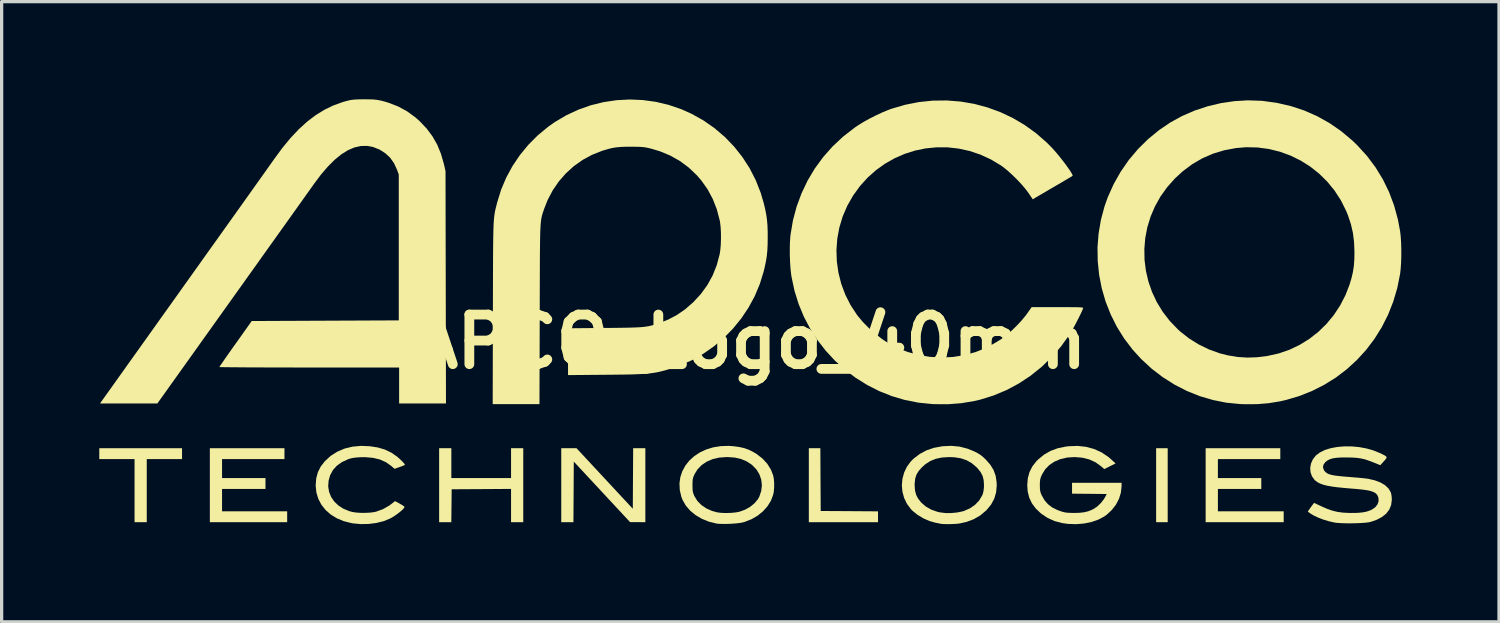
<source format=kicad_pcb>
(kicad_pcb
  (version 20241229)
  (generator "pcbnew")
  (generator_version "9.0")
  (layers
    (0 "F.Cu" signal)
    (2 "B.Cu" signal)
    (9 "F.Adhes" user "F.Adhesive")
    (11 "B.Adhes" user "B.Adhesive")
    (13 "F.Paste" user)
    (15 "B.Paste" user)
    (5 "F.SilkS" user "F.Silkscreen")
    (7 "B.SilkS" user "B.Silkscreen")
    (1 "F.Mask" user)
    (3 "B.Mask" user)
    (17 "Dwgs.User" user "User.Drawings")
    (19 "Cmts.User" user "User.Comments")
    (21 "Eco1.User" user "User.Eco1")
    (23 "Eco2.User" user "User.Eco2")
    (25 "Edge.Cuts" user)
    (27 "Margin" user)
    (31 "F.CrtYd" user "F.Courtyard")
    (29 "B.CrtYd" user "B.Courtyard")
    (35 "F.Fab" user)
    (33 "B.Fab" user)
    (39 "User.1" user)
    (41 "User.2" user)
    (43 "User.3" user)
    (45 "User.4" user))
  (footprint "APCO_Logo_40mm"
    (layer "F.Cu")
    (at 20.003 7.447)
    (property "Reference" "APCO_Logo_40mm" (at 0 0 0) (layer "F.SilkS") (effects (font (size 1.524 1.524) (thickness 0.3))))
    (attr board_only exclude_from_pos_files exclude_from_bom)
    (fp_poly (pts (xy 12.815 5.543) (xy 12.46 5.543) (xy 12.46 3.271) (xy 12.815 3.271)) (stroke (width 0) (type solid)) (fill yes) (layer "F.SilkS"))
    (fp_poly (pts (xy -17.461 3.605) (xy -18.545 3.605) (xy -18.545 5.543) (xy -18.92 5.543) (xy -18.92 3.605) (xy -20.003 3.605) (xy -20.003 3.271) (xy -17.461 3.271)) (stroke (width 0) (type solid)) (fill yes) (layer "F.SilkS"))
    (fp_poly (pts (xy 2.151 4.235) (xy 2.157 5.199) (xy 3.037 5.204) (xy 3.917 5.21) (xy 3.917 5.543) (xy 1.792 5.543) (xy 1.792 3.271) (xy 2.146 3.271)) (stroke (width 0) (type solid)) (fill yes) (layer "F.SilkS"))
    (fp_poly (pts (xy -14.315 3.605) (xy -16.232 3.605) (xy -16.232 4.188) (xy -14.898 4.188) (xy -14.898 4.522) (xy -16.232 4.522) (xy -16.232 5.209) (xy -14.232 5.209) (xy -14.232 5.543) (xy -16.607 5.543) (xy -16.607 3.271) (xy -14.315 3.271)) (stroke (width 0) (type solid)) (fill yes) (layer "F.SilkS"))
    (fp_poly (pts (xy 16.274 3.605) (xy 14.357 3.605) (xy 14.357 4.188) (xy 15.69 4.188) (xy 15.69 4.522) (xy 14.357 4.522) (xy 14.357 5.209) (xy 16.378 5.209) (xy 16.378 5.543) (xy 13.981 5.543) (xy 13.981 3.271) (xy 16.274 3.271)) (stroke (width 0) (type solid)) (fill yes) (layer "F.SilkS"))
    (fp_poly (pts (xy -3.615 5.131) (xy -3.61 4.201) (xy -3.604 3.271) (xy -3.23 3.271) (xy -3.23 5.543) (xy -3.464 5.542) (xy -3.699 5.542) (xy -5.428 3.682) (xy -5.433 4.612) (xy -5.439 5.543) (xy -5.813 5.543) (xy -5.813 3.271) (xy -5.344 3.271)) (stroke (width 0) (type solid)) (fill yes) (layer "F.SilkS"))
    (fp_poly (pts (xy -9.189 4.188) (xy -7.355 4.188) (xy -7.355 3.271) (xy -6.98 3.271) (xy -6.98 5.543) (xy -7.355 5.543) (xy -7.355 4.521) (xy -8.267 4.527) (xy -9.179 4.532) (xy -9.184 5.037) (xy -9.19 5.543) (xy -9.564 5.543) (xy -9.564 3.271) (xy -9.189 3.271)) (stroke (width 0) (type solid)) (fill yes) (layer "F.SilkS"))
    (fp_poly (pts (xy -11.694 3.21) (xy -11.448 3.248) (xy -11.229 3.313) (xy -11.032 3.407) (xy -10.852 3.532) (xy -10.754 3.619) (xy -10.675 3.698) (xy -10.629 3.752) (xy -10.617 3.782) (xy -10.62 3.787) (xy -10.651 3.801) (xy -10.709 3.824) (xy -10.782 3.851) (xy -10.79 3.853) (xy -10.935 3.904) (xy -11.035 3.816) (xy -11.197 3.701) (xy -11.384 3.617) (xy -11.598 3.566) (xy -11.839 3.546) (xy -11.968 3.547) (xy -12.095 3.555) (xy -12.192 3.566) (xy -12.273 3.582) (xy -12.351 3.606) (xy -12.364 3.611) (xy -12.553 3.699) (xy -12.707 3.81) (xy -12.827 3.943) (xy -12.912 4.1) (xy -12.959 4.266) (xy -12.972 4.442) (xy -12.945 4.61) (xy -12.883 4.766) (xy -12.787 4.907) (xy -12.66 5.029) (xy -12.506 5.129) (xy -12.327 5.203) (xy -12.221 5.231) (xy -12.107 5.248) (xy -11.97 5.256) (xy -11.824 5.256) (xy -11.682 5.249) (xy -11.559 5.233) (xy -11.504 5.221) (xy -11.294 5.145) (xy -11.098 5.034) (xy -11.027 4.981) (xy -10.919 4.896) (xy -10.773 4.974) (xy -10.705 5.014) (xy -10.653 5.048) (xy -10.628 5.071) (xy -10.627 5.075) (xy -10.643 5.108) (xy -10.688 5.158) (xy -10.755 5.217) (xy -10.836 5.281) (xy -10.925 5.344) (xy -11.015 5.4) (xy -11.075 5.433) (xy -11.27 5.512) (xy -11.492 5.567) (xy -11.728 5.597) (xy -11.97 5.602) (xy -12.208 5.58) (xy -12.255 5.572) (xy -12.492 5.512) (xy -12.705 5.424) (xy -12.892 5.309) (xy -13.051 5.17) (xy -13.179 5.009) (xy -13.274 4.83) (xy -13.334 4.635) (xy -13.356 4.425) (xy -13.356 4.408) (xy -13.339 4.196) (xy -13.288 4.006) (xy -13.201 3.833) (xy -13.075 3.671) (xy -13.072 3.668) (xy -12.894 3.505) (xy -12.692 3.377) (xy -12.469 3.282) (xy -12.225 3.223) (xy -11.963 3.199)) (stroke (width 0) (type solid)) (fill yes) (layer "F.SilkS"))
    (fp_poly (pts (xy 10.31 3.229) (xy 10.555 3.295) (xy 10.784 3.399) (xy 10.994 3.54) (xy 11.079 3.614) (xy 11.215 3.738) (xy 11.041 3.825) (xy 10.867 3.912) (xy 10.764 3.822) (xy 10.595 3.701) (xy 10.402 3.614) (xy 10.187 3.561) (xy 9.951 3.543) (xy 9.948 3.543) (xy 9.723 3.558) (xy 9.518 3.606) (xy 9.336 3.683) (xy 9.179 3.788) (xy 9.051 3.92) (xy 8.955 4.077) (xy 8.954 4.079) (xy 8.921 4.153) (xy 8.902 4.216) (xy 8.892 4.282) (xy 8.888 4.368) (xy 8.888 4.407) (xy 8.89 4.507) (xy 8.898 4.581) (xy 8.915 4.645) (xy 8.943 4.713) (xy 8.945 4.716) (xy 9.03 4.867) (xy 9.135 4.989) (xy 9.266 5.089) (xy 9.429 5.17) (xy 9.514 5.201) (xy 9.592 5.226) (xy 9.66 5.243) (xy 9.733 5.252) (xy 9.822 5.257) (xy 9.939 5.259) (xy 10.109 5.254) (xy 10.249 5.238) (xy 10.371 5.209) (xy 10.486 5.163) (xy 10.546 5.132) (xy 10.655 5.058) (xy 10.761 4.956) (xy 10.85 4.843) (xy 10.887 4.782) (xy 10.942 4.678) (xy 10.409 4.672) (xy 9.877 4.667) (xy 9.877 4.334) (xy 11.398 4.334) (xy 11.398 4.444) (xy 11.377 4.637) (xy 11.319 4.826) (xy 11.225 5.005) (xy 11.099 5.168) (xy 10.945 5.311) (xy 10.858 5.373) (xy 10.678 5.467) (xy 10.471 5.538) (xy 10.244 5.584) (xy 10.004 5.604) (xy 9.761 5.596) (xy 9.578 5.572) (xy 9.341 5.509) (xy 9.122 5.41) (xy 8.925 5.277) (xy 8.765 5.125) (xy 8.645 4.965) (xy 8.563 4.792) (xy 8.515 4.602) (xy 8.501 4.407) (xy 8.518 4.195) (xy 8.569 4.006) (xy 8.656 3.833) (xy 8.781 3.672) (xy 8.843 3.61) (xy 9.021 3.465) (xy 9.218 3.353) (xy 9.437 3.272) (xy 9.683 3.221) (xy 9.774 3.21) (xy 10.049 3.2)) (stroke (width 0) (type solid)) (fill yes) (layer "F.SilkS"))
    (fp_poly (pts (xy -0.529 3.209) (xy -0.348 3.233) (xy -0.195 3.267) (xy -0.058 3.316) (xy 0.078 3.383) (xy 0.188 3.449) (xy 0.368 3.588) (xy 0.516 3.749) (xy 0.628 3.93) (xy 0.696 4.103) (xy 0.717 4.213) (xy 0.727 4.347) (xy 0.726 4.488) (xy 0.713 4.621) (xy 0.697 4.698) (xy 0.629 4.881) (xy 0.524 5.051) (xy 0.387 5.206) (xy 0.223 5.34) (xy 0.035 5.45) (xy -0.17 5.531) (xy -0.25 5.553) (xy -0.334 5.568) (xy -0.446 5.581) (xy -0.576 5.59) (xy -0.711 5.596) (xy -0.841 5.597) (xy -0.953 5.594) (xy -1.037 5.587) (xy -1.045 5.585) (xy -1.281 5.526) (xy -1.496 5.438) (xy -1.688 5.325) (xy -1.852 5.19) (xy -1.986 5.035) (xy -2.085 4.863) (xy -2.123 4.767) (xy -2.172 4.557) (xy -2.179 4.407) (xy -1.782 4.407) (xy -1.78 4.509) (xy -1.775 4.583) (xy -1.762 4.642) (xy -1.741 4.702) (xy -1.722 4.745) (xy -1.633 4.889) (xy -1.51 5.015) (xy -1.358 5.119) (xy -1.183 5.197) (xy -1.016 5.242) (xy -0.892 5.257) (xy -0.746 5.262) (xy -0.594 5.257) (xy -0.451 5.243) (xy -0.336 5.221) (xy -0.164 5.158) (xy -0.009 5.07) (xy 0.124 4.961) (xy 0.227 4.837) (xy 0.27 4.761) (xy 0.329 4.587) (xy 0.35 4.412) (xy 0.331 4.24) (xy 0.275 4.076) (xy 0.184 3.925) (xy 0.057 3.794) (xy 0.018 3.762) (xy -0.134 3.666) (xy -0.299 3.599) (xy -0.483 3.558) (xy -0.694 3.543) (xy -0.737 3.543) (xy -0.962 3.559) (xy -1.166 3.607) (xy -1.347 3.685) (xy -1.502 3.79) (xy -1.629 3.923) (xy -1.714 4.061) (xy -1.745 4.128) (xy -1.765 4.184) (xy -1.776 4.241) (xy -1.781 4.315) (xy -1.782 4.407) (xy -2.179 4.407) (xy -2.182 4.354) (xy -2.155 4.159) (xy -2.094 3.976) (xy -2.001 3.806) (xy -1.88 3.652) (xy -1.731 3.517) (xy -1.558 3.402) (xy -1.363 3.311) (xy -1.149 3.245) (xy -0.917 3.207) (xy -0.671 3.199)) (stroke (width 0) (type solid)) (fill yes) (layer "F.SilkS"))
    (fp_poly (pts (xy 6.423 3.222) (xy 6.667 3.285) (xy 6.873 3.369) (xy 6.981 3.424) (xy 7.068 3.48) (xy 7.151 3.547) (xy 7.23 3.622) (xy 7.368 3.78) (xy 7.467 3.943) (xy 7.531 4.119) (xy 7.56 4.314) (xy 7.564 4.414) (xy 7.545 4.625) (xy 7.488 4.819) (xy 7.392 4.999) (xy 7.257 5.165) (xy 7.242 5.18) (xy 7.063 5.332) (xy 6.861 5.45) (xy 6.636 5.535) (xy 6.418 5.583) (xy 6.34 5.592) (xy 6.239 5.598) (xy 6.128 5.602) (xy 6.019 5.602) (xy 5.924 5.6) (xy 5.855 5.594) (xy 5.845 5.592) (xy 5.801 5.583) (xy 5.735 5.57) (xy 5.688 5.561) (xy 5.496 5.507) (xy 5.306 5.423) (xy 5.129 5.316) (xy 4.976 5.192) (xy 4.926 5.141) (xy 4.805 4.977) (xy 4.718 4.797) (xy 4.667 4.606) (xy 4.649 4.409) (xy 4.65 4.407) (xy 5.042 4.407) (xy 5.053 4.565) (xy 5.086 4.697) (xy 5.146 4.816) (xy 5.239 4.933) (xy 5.244 4.939) (xy 5.385 5.062) (xy 5.554 5.158) (xy 5.744 5.225) (xy 5.815 5.241) (xy 5.987 5.262) (xy 6.173 5.262) (xy 6.357 5.244) (xy 6.522 5.209) (xy 6.558 5.198) (xy 6.741 5.118) (xy 6.897 5.01) (xy 7.023 4.878) (xy 7.115 4.725) (xy 7.138 4.667) (xy 7.158 4.584) (xy 7.17 4.476) (xy 7.172 4.407) (xy 7.162 4.251) (xy 7.129 4.12) (xy 7.066 4.001) (xy 6.971 3.884) (xy 6.941 3.853) (xy 6.796 3.73) (xy 6.637 3.64) (xy 6.461 3.58) (xy 6.26 3.549) (xy 6.105 3.543) (xy 5.885 3.556) (xy 5.692 3.596) (xy 5.522 3.665) (xy 5.368 3.765) (xy 5.27 3.853) (xy 5.169 3.966) (xy 5.101 4.076) (xy 5.061 4.194) (xy 5.044 4.334) (xy 5.042 4.407) (xy 4.65 4.407) (xy 4.667 4.213) (xy 4.718 4.023) (xy 4.802 3.844) (xy 4.92 3.681) (xy 5.012 3.589) (xy 5.202 3.445) (xy 5.407 3.336) (xy 5.633 3.259) (xy 5.883 3.213) (xy 5.902 3.21) (xy 6.17 3.198)) (stroke (width 0) (type solid)) (fill yes) (layer "F.SilkS"))
    (fp_poly (pts (xy -11.72 -7.446) (xy -11.594 -7.442) (xy -11.484 -7.431) (xy -11.38 -7.413) (xy -11.27 -7.386) (xy -11.141 -7.348) (xy -11.116 -7.34) (xy -10.823 -7.227) (xy -10.549 -7.078) (xy -10.293 -6.891) (xy -10.154 -6.767) (xy -9.942 -6.542) (xy -9.766 -6.305) (xy -9.622 -6.051) (xy -9.508 -5.773) (xy -9.42 -5.467) (xy -9.414 -5.443) (xy -9.368 -5.24) (xy -9.361 -1.672) (xy -9.354 1.896) (xy -10.793 1.896) (xy -10.793 0.792) (xy -13.554 0.792) (xy -13.89 0.792) (xy -14.214 0.791) (xy -14.523 0.791) (xy -14.817 0.79) (xy -15.091 0.789) (xy -15.344 0.788) (xy -15.573 0.787) (xy -15.776 0.785) (xy -15.95 0.784) (xy -16.093 0.782) (xy -16.202 0.781) (xy -16.276 0.779) (xy -16.311 0.777) (xy -16.314 0.776) (xy -16.302 0.756) (xy -16.269 0.706) (xy -16.216 0.63) (xy -16.147 0.53) (xy -16.064 0.411) (xy -15.969 0.276) (xy -15.865 0.129) (xy -15.817 0.063) (xy -15.321 -0.636) (xy -10.804 -0.656) (xy -10.804 -5.136) (xy -10.858 -5.284) (xy -10.949 -5.482) (xy -11.066 -5.649) (xy -11.213 -5.787) (xy -11.39 -5.9) (xy -11.403 -5.906) (xy -11.591 -5.981) (xy -11.781 -6.016) (xy -11.974 -6.012) (xy -12.169 -5.967) (xy -12.367 -5.882) (xy -12.568 -5.756) (xy -12.772 -5.59) (xy -12.98 -5.383) (xy -13.193 -5.135) (xy -13.41 -4.845) (xy -13.42 -4.831) (xy -13.447 -4.792) (xy -13.498 -4.721) (xy -13.57 -4.62) (xy -13.663 -4.49) (xy -13.774 -4.333) (xy -13.904 -4.151) (xy -14.05 -3.946) (xy -14.211 -3.72) (xy -14.387 -3.474) (xy -14.575 -3.21) (xy -14.775 -2.93) (xy -14.985 -2.636) (xy -15.203 -2.329) (xy -15.43 -2.012) (xy -15.662 -1.686) (xy -15.895 -1.36) (xy -18.219 1.896) (xy -19.981 1.896) (xy -19.413 1.099) (xy -19.337 0.992) (xy -19.238 0.854) (xy -19.119 0.686) (xy -18.98 0.492) (xy -18.825 0.275) (xy -18.654 0.035) (xy -18.47 -0.223) (xy -18.274 -0.498) (xy -18.068 -0.787) (xy -17.853 -1.088) (xy -17.632 -1.398) (xy -17.407 -1.714) (xy -17.178 -2.035) (xy -16.948 -2.357) (xy -16.824 -2.532) (xy -16.602 -2.843) (xy -16.384 -3.148) (xy -16.173 -3.444) (xy -15.97 -3.729) (xy -15.776 -4.001) (xy -15.592 -4.259) (xy -15.42 -4.5) (xy -15.262 -4.723) (xy -15.118 -4.925) (xy -14.99 -5.105) (xy -14.879 -5.261) (xy -14.788 -5.39) (xy -14.716 -5.491) (xy -14.666 -5.561) (xy -14.641 -5.597) (xy -14.386 -5.945) (xy -14.133 -6.253) (xy -13.879 -6.523) (xy -13.623 -6.757) (xy -13.362 -6.956) (xy -13.095 -7.121) (xy -12.819 -7.256) (xy -12.532 -7.36) (xy -12.419 -7.392) (xy -12.336 -7.413) (xy -12.261 -7.428) (xy -12.183 -7.437) (xy -12.092 -7.443) (xy -11.977 -7.446) (xy -11.877 -7.447)) (stroke (width 0) (type solid)) (fill yes) (layer "F.SilkS"))
    (fp_poly (pts (xy 18.464 3.215) (xy 18.69 3.236) (xy 18.912 3.276) (xy 19.126 3.336) (xy 19.325 3.416) (xy 19.326 3.416) (xy 19.428 3.465) (xy 19.495 3.501) (xy 19.531 3.531) (xy 19.538 3.56) (xy 19.521 3.595) (xy 19.482 3.642) (xy 19.454 3.673) (xy 19.346 3.792) (xy 19.166 3.719) (xy 19.013 3.66) (xy 18.882 3.616) (xy 18.76 3.587) (xy 18.634 3.568) (xy 18.491 3.558) (xy 18.32 3.555) (xy 18.316 3.555) (xy 18.14 3.556) (xy 17.999 3.565) (xy 17.887 3.582) (xy 17.798 3.609) (xy 17.724 3.646) (xy 17.66 3.696) (xy 17.657 3.699) (xy 17.601 3.775) (xy 17.585 3.856) (xy 17.61 3.937) (xy 17.63 3.967) (xy 17.666 4.006) (xy 17.709 4.039) (xy 17.764 4.066) (xy 17.836 4.088) (xy 17.93 4.107) (xy 18.05 4.123) (xy 18.202 4.139) (xy 18.389 4.154) (xy 18.424 4.157) (xy 18.562 4.168) (xy 18.694 4.179) (xy 18.812 4.191) (xy 18.907 4.201) (xy 18.969 4.21) (xy 18.972 4.21) (xy 19.178 4.258) (xy 19.352 4.324) (xy 19.492 4.407) (xy 19.597 4.506) (xy 19.665 4.62) (xy 19.672 4.639) (xy 19.687 4.704) (xy 19.697 4.79) (xy 19.699 4.855) (xy 19.679 5.015) (xy 19.621 5.157) (xy 19.526 5.281) (xy 19.393 5.386) (xy 19.224 5.474) (xy 19.052 5.533) (xy 18.974 5.549) (xy 18.863 5.561) (xy 18.728 5.57) (xy 18.578 5.576) (xy 18.422 5.578) (xy 18.27 5.577) (xy 18.129 5.572) (xy 18.009 5.563) (xy 17.93 5.552) (xy 17.764 5.514) (xy 17.598 5.464) (xy 17.441 5.404) (xy 17.304 5.34) (xy 17.195 5.274) (xy 17.17 5.256) (xy 17.119 5.214) (xy 17.176 5.133) (xy 17.22 5.072) (xy 17.261 5.016) (xy 17.272 5.002) (xy 17.312 4.95) (xy 17.517 5.047) (xy 17.701 5.128) (xy 17.866 5.187) (xy 18.026 5.226) (xy 18.193 5.249) (xy 18.382 5.259) (xy 18.461 5.26) (xy 18.646 5.257) (xy 18.797 5.243) (xy 18.923 5.219) (xy 19.031 5.182) (xy 19.098 5.15) (xy 19.197 5.078) (xy 19.263 4.99) (xy 19.294 4.893) (xy 19.288 4.793) (xy 19.265 4.732) (xy 19.233 4.684) (xy 19.188 4.644) (xy 19.127 4.612) (xy 19.044 4.584) (xy 18.936 4.561) (xy 18.798 4.542) (xy 18.625 4.524) (xy 18.475 4.512) (xy 18.231 4.491) (xy 18.024 4.47) (xy 17.852 4.447) (xy 17.709 4.421) (xy 17.591 4.391) (xy 17.496 4.356) (xy 17.418 4.316) (xy 17.355 4.27) (xy 17.323 4.24) (xy 17.246 4.132) (xy 17.202 4.008) (xy 17.193 3.875) (xy 17.217 3.741) (xy 17.274 3.613) (xy 17.363 3.498) (xy 17.371 3.491) (xy 17.493 3.399) (xy 17.647 3.324) (xy 17.827 3.269) (xy 18.027 3.232) (xy 18.241 3.214)) (stroke (width 0) (type solid)) (fill yes) (layer "F.SilkS"))
    (fp_poly (pts (xy 15.691 -7.401) (xy 15.721 -7.399) (xy 16.166 -7.338) (xy 16.596 -7.239) (xy 17.011 -7.102) (xy 17.408 -6.927) (xy 17.787 -6.715) (xy 18.147 -6.466) (xy 18.486 -6.182) (xy 18.639 -6.034) (xy 18.937 -5.707) (xy 19.199 -5.357) (xy 19.425 -4.987) (xy 19.616 -4.595) (xy 19.77 -4.184) (xy 19.887 -3.753) (xy 19.954 -3.396) (xy 19.973 -3.235) (xy 19.985 -3.045) (xy 19.991 -2.837) (xy 19.991 -2.624) (xy 19.984 -2.417) (xy 19.971 -2.229) (xy 19.954 -2.084) (xy 19.867 -1.649) (xy 19.743 -1.23) (xy 19.584 -0.828) (xy 19.391 -0.447) (xy 19.166 -0.087) (xy 18.912 0.249) (xy 18.628 0.56) (xy 18.318 0.844) (xy 17.983 1.099) (xy 17.624 1.323) (xy 17.244 1.515) (xy 16.844 1.673) (xy 16.425 1.795) (xy 16.255 1.833) (xy 15.918 1.888) (xy 15.572 1.917) (xy 15.206 1.92) (xy 15.034 1.914) (xy 14.613 1.872) (xy 14.199 1.789) (xy 13.794 1.669) (xy 13.4 1.51) (xy 13.022 1.316) (xy 12.661 1.087) (xy 12.319 0.825) (xy 12.001 0.531) (xy 11.739 0.244) (xy 11.479 -0.098) (xy 11.253 -0.46) (xy 11.063 -0.84) (xy 10.908 -1.234) (xy 10.79 -1.64) (xy 10.709 -2.054) (xy 10.666 -2.475) (xy 10.66 -2.849) (xy 12.098 -2.849) (xy 12.104 -2.513) (xy 12.146 -2.178) (xy 12.223 -1.849) (xy 12.335 -1.527) (xy 12.481 -1.216) (xy 12.663 -0.919) (xy 12.879 -0.638) (xy 13.13 -0.378) (xy 13.193 -0.32) (xy 13.468 -0.103) (xy 13.769 0.084) (xy 14.089 0.239) (xy 14.422 0.358) (xy 14.665 0.419) (xy 14.963 0.468) (xy 15.258 0.487) (xy 15.56 0.477) (xy 15.878 0.437) (xy 16.224 0.36) (xy 16.556 0.246) (xy 16.871 0.095) (xy 17.168 -0.089) (xy 17.443 -0.304) (xy 17.694 -0.549) (xy 17.919 -0.821) (xy 18.114 -1.117) (xy 18.278 -1.436) (xy 18.399 -1.748) (xy 18.46 -1.95) (xy 18.504 -2.138) (xy 18.533 -2.326) (xy 18.548 -2.527) (xy 18.552 -2.75) (xy 18.54 -3.058) (xy 18.505 -3.341) (xy 18.443 -3.611) (xy 18.353 -3.881) (xy 18.293 -4.027) (xy 18.132 -4.349) (xy 17.938 -4.647) (xy 17.715 -4.919) (xy 17.466 -5.164) (xy 17.194 -5.379) (xy 16.901 -5.564) (xy 16.59 -5.717) (xy 16.264 -5.836) (xy 15.926 -5.92) (xy 15.578 -5.967) (xy 15.224 -5.975) (xy 14.915 -5.949) (xy 14.551 -5.881) (xy 14.206 -5.776) (xy 13.879 -5.634) (xy 13.571 -5.455) (xy 13.279 -5.237) (xy 13.044 -5.022) (xy 12.802 -4.752) (xy 12.595 -4.463) (xy 12.425 -4.159) (xy 12.29 -3.843) (xy 12.19 -3.518) (xy 12.126 -3.185) (xy 12.098 -2.849) (xy 10.66 -2.849) (xy 10.659 -2.898) (xy 10.692 -3.32) (xy 10.763 -3.74) (xy 10.873 -4.153) (xy 10.974 -4.437) (xy 11.155 -4.841) (xy 11.372 -5.224) (xy 11.621 -5.584) (xy 11.903 -5.918) (xy 12.215 -6.226) (xy 12.555 -6.504) (xy 12.898 -6.736) (xy 13.257 -6.933) (xy 13.639 -7.099) (xy 14.038 -7.231) (xy 14.448 -7.329) (xy 14.864 -7.39) (xy 15.28 -7.415)) (stroke (width 0) (type solid)) (fill yes) (layer "F.SilkS"))
    (fp_poly (pts (xy 6.452 -7.378) (xy 6.869 -7.307) (xy 7.277 -7.198) (xy 7.674 -7.053) (xy 8.058 -6.872) (xy 8.425 -6.655) (xy 8.774 -6.403) (xy 9.101 -6.117) (xy 9.239 -5.979) (xy 9.321 -5.89) (xy 9.41 -5.787) (xy 9.501 -5.677) (xy 9.59 -5.564) (xy 9.675 -5.453) (xy 9.75 -5.348) (xy 9.814 -5.256) (xy 9.862 -5.179) (xy 9.89 -5.125) (xy 9.896 -5.096) (xy 9.895 -5.095) (xy 9.875 -5.083) (xy 9.824 -5.052) (xy 9.746 -5.006) (xy 9.645 -4.947) (xy 9.527 -4.877) (xy 9.395 -4.8) (xy 9.345 -4.771) (xy 9.205 -4.69) (xy 9.075 -4.613) (xy 8.958 -4.545) (xy 8.861 -4.488) (xy 8.788 -4.445) (xy 8.744 -4.419) (xy 8.737 -4.415) (xy 8.671 -4.374) (xy 8.54 -4.568) (xy 8.447 -4.692) (xy 8.329 -4.831) (xy 8.194 -4.975) (xy 8.051 -5.116) (xy 7.909 -5.246) (xy 7.775 -5.355) (xy 7.699 -5.411) (xy 7.386 -5.599) (xy 7.062 -5.748) (xy 6.73 -5.859) (xy 6.393 -5.933) (xy 6.055 -5.971) (xy 5.716 -5.972) (xy 5.381 -5.939) (xy 5.052 -5.871) (xy 4.732 -5.769) (xy 4.424 -5.634) (xy 4.13 -5.467) (xy 3.853 -5.268) (xy 3.596 -5.039) (xy 3.361 -4.779) (xy 3.152 -4.49) (xy 2.973 -4.176) (xy 2.832 -3.849) (xy 2.73 -3.511) (xy 2.666 -3.165) (xy 2.64 -2.815) (xy 2.652 -2.465) (xy 2.702 -2.118) (xy 2.788 -1.777) (xy 2.912 -1.446) (xy 3.072 -1.129) (xy 3.269 -0.828) (xy 3.288 -0.802) (xy 3.448 -0.61) (xy 3.637 -0.418) (xy 3.844 -0.235) (xy 4.059 -0.071) (xy 4.199 0.022) (xy 4.505 0.186) (xy 4.83 0.315) (xy 5.168 0.408) (xy 5.515 0.465) (xy 5.867 0.485) (xy 6.219 0.468) (xy 6.567 0.413) (xy 6.905 0.32) (xy 6.937 0.308) (xy 7.115 0.238) (xy 7.307 0.147) (xy 7.499 0.044) (xy 7.675 -0.064) (xy 7.745 -0.111) (xy 7.884 -0.219) (xy 8.034 -0.352) (xy 8.185 -0.5) (xy 8.327 -0.652) (xy 8.449 -0.8) (xy 8.501 -0.87) (xy 8.636 -1.063) (xy 9.433 -1.063) (xy 9.636 -1.063) (xy 9.802 -1.062) (xy 9.933 -1.061) (xy 10.034 -1.06) (xy 10.109 -1.057) (xy 10.16 -1.054) (xy 10.194 -1.049) (xy 10.212 -1.044) (xy 10.218 -1.036) (xy 10.218 -1.027) (xy 10.217 -1.026) (xy 10.192 -0.964) (xy 10.151 -0.874) (xy 10.097 -0.764) (xy 10.036 -0.644) (xy 9.972 -0.521) (xy 9.908 -0.404) (xy 9.849 -0.301) (xy 9.8 -0.22) (xy 9.793 -0.208) (xy 9.534 0.151) (xy 9.246 0.481) (xy 8.933 0.781) (xy 8.596 1.05) (xy 8.237 1.286) (xy 7.86 1.487) (xy 7.465 1.652) (xy 7.056 1.779) (xy 6.876 1.821) (xy 6.477 1.888) (xy 6.064 1.92) (xy 5.632 1.917) (xy 5.584 1.914) (xy 5.158 1.871) (xy 4.742 1.789) (xy 4.34 1.67) (xy 3.953 1.516) (xy 3.583 1.328) (xy 3.232 1.109) (xy 2.902 0.86) (xy 2.596 0.583) (xy 2.314 0.28) (xy 2.06 -0.047) (xy 1.835 -0.397) (xy 1.64 -0.768) (xy 1.479 -1.157) (xy 1.352 -1.563) (xy 1.262 -1.985) (xy 1.249 -2.068) (xy 1.229 -2.242) (xy 1.216 -2.44) (xy 1.208 -2.652) (xy 1.207 -2.864) (xy 1.212 -3.063) (xy 1.224 -3.238) (xy 1.229 -3.284) (xy 1.303 -3.723) (xy 1.416 -4.148) (xy 1.567 -4.557) (xy 1.753 -4.948) (xy 1.975 -5.32) (xy 2.23 -5.669) (xy 2.518 -5.995) (xy 2.838 -6.295) (xy 3.187 -6.567) (xy 3.313 -6.653) (xy 3.471 -6.751) (xy 3.656 -6.853) (xy 3.852 -6.952) (xy 4.049 -7.044) (xy 4.232 -7.12) (xy 4.325 -7.154) (xy 4.747 -7.278) (xy 5.174 -7.362) (xy 5.602 -7.406) (xy 6.028 -7.411)) (stroke (width 0) (type solid)) (fill yes) (layer "F.SilkS"))
    (fp_poly (pts (xy -3.309 -7.424) (xy -2.908 -7.369) (xy -2.513 -7.275) (xy -2.126 -7.143) (xy -1.805 -6.999) (xy -1.44 -6.794) (xy -1.1 -6.556) (xy -0.787 -6.289) (xy -0.503 -5.994) (xy -0.249 -5.673) (xy -0.027 -5.329) (xy 0.16 -4.964) (xy 0.312 -4.579) (xy 0.406 -4.262) (xy 0.45 -4.077) (xy 0.483 -3.91) (xy 0.506 -3.748) (xy 0.521 -3.579) (xy 0.528 -3.393) (xy 0.529 -3.188) (xy 0.526 -2.977) (xy 0.517 -2.795) (xy 0.5 -2.628) (xy 0.473 -2.463) (xy 0.436 -2.287) (xy 0.406 -2.161) (xy 0.287 -1.775) (xy 0.132 -1.404) (xy -0.059 -1.051) (xy -0.283 -0.716) (xy -0.536 -0.405) (xy -0.818 -0.117) (xy -1.124 0.142) (xy -1.454 0.372) (xy -1.804 0.569) (xy -2.173 0.731) (xy -2.372 0.801) (xy -2.498 0.841) (xy -2.612 0.875) (xy -2.72 0.904) (xy -2.824 0.929) (xy -2.93 0.949) (xy -3.041 0.966) (xy -3.163 0.979) (xy -3.299 0.989) (xy -3.453 0.997) (xy -3.63 1.004) (xy -3.835 1.008) (xy -4.071 1.011) (xy -4.342 1.014) (xy -4.454 1.015) (xy -5.605 1.025) (xy -5.605 -0.413) (xy -4.485 -0.423) (xy -4.222 -0.425) (xy -3.996 -0.428) (xy -3.804 -0.431) (xy -3.641 -0.435) (xy -3.504 -0.44) (xy -3.387 -0.446) (xy -3.288 -0.455) (xy -3.202 -0.466) (xy -3.124 -0.479) (xy -3.051 -0.495) (xy -2.979 -0.515) (xy -2.904 -0.538) (xy -2.824 -0.565) (xy -2.529 -0.68) (xy -2.26 -0.822) (xy -2.009 -0.995) (xy -1.767 -1.206) (xy -1.761 -1.211) (xy -1.525 -1.466) (xy -1.326 -1.74) (xy -1.164 -2.034) (xy -1.038 -2.348) (xy -0.949 -2.682) (xy -0.944 -2.705) (xy -0.925 -2.838) (xy -0.912 -2.998) (xy -0.907 -3.172) (xy -0.908 -3.349) (xy -0.917 -3.516) (xy -0.933 -3.661) (xy -0.945 -3.727) (xy -1.036 -4.071) (xy -1.161 -4.389) (xy -1.318 -4.682) (xy -1.51 -4.953) (xy -1.649 -5.114) (xy -1.897 -5.35) (xy -2.168 -5.551) (xy -2.463 -5.718) (xy -2.781 -5.85) (xy -3.059 -5.933) (xy -3.144 -5.953) (xy -3.218 -5.968) (xy -3.292 -5.978) (xy -3.374 -5.985) (xy -3.474 -5.988) (xy -3.602 -5.99) (xy -3.667 -5.99) (xy -3.843 -5.989) (xy -3.988 -5.983) (xy -4.113 -5.972) (xy -4.229 -5.954) (xy -4.346 -5.927) (xy -4.475 -5.89) (xy -4.561 -5.863) (xy -4.868 -5.741) (xy -5.158 -5.584) (xy -5.426 -5.394) (xy -5.67 -5.173) (xy -5.887 -4.924) (xy -6.075 -4.651) (xy -6.231 -4.355) (xy -6.342 -4.073) (xy -6.359 -4.021) (xy -6.375 -3.974) (xy -6.389 -3.93) (xy -6.402 -3.886) (xy -6.413 -3.842) (xy -6.423 -3.793) (xy -6.432 -3.738) (xy -6.439 -3.675) (xy -6.446 -3.601) (xy -6.451 -3.514) (xy -6.456 -3.412) (xy -6.46 -3.292) (xy -6.463 -3.152) (xy -6.465 -2.99) (xy -6.467 -2.804) (xy -6.469 -2.59) (xy -6.47 -2.348) (xy -6.471 -2.074) (xy -6.472 -1.767) (xy -6.473 -1.424) (xy -6.474 -1.042) (xy -6.474 -0.839) (xy -6.482 1.917) (xy -7.919 1.917) (xy -7.913 -0.88) (xy -7.912 -1.285) (xy -7.911 -1.65) (xy -7.91 -1.978) (xy -7.909 -2.272) (xy -7.908 -2.533) (xy -7.907 -2.764) (xy -7.905 -2.968) (xy -7.903 -3.146) (xy -7.9 -3.302) (xy -7.897 -3.437) (xy -7.893 -3.554) (xy -7.888 -3.654) (xy -7.882 -3.742) (xy -7.875 -3.818) (xy -7.867 -3.885) (xy -7.858 -3.946) (xy -7.848 -4.003) (xy -7.836 -4.058) (xy -7.823 -4.114) (xy -7.808 -4.172) (xy -7.792 -4.236) (xy -7.78 -4.282) (xy -7.661 -4.668) (xy -7.504 -5.04) (xy -7.31 -5.397) (xy -7.083 -5.734) (xy -6.823 -6.05) (xy -6.534 -6.34) (xy -6.216 -6.603) (xy -6.012 -6.747) (xy -5.659 -6.956) (xy -5.289 -7.128) (xy -4.907 -7.263) (xy -4.514 -7.36) (xy -4.115 -7.419) (xy -3.712 -7.441)) (stroke (width 0) (type solid)) (fill yes) (layer "F.SilkS")))
  (gr_rect
    (start -3 -3)
    (end 42.995 16.05)
    (stroke (width 0.1) (type default))
    (fill no)
    (layer "Edge.Cuts")))
</source>
